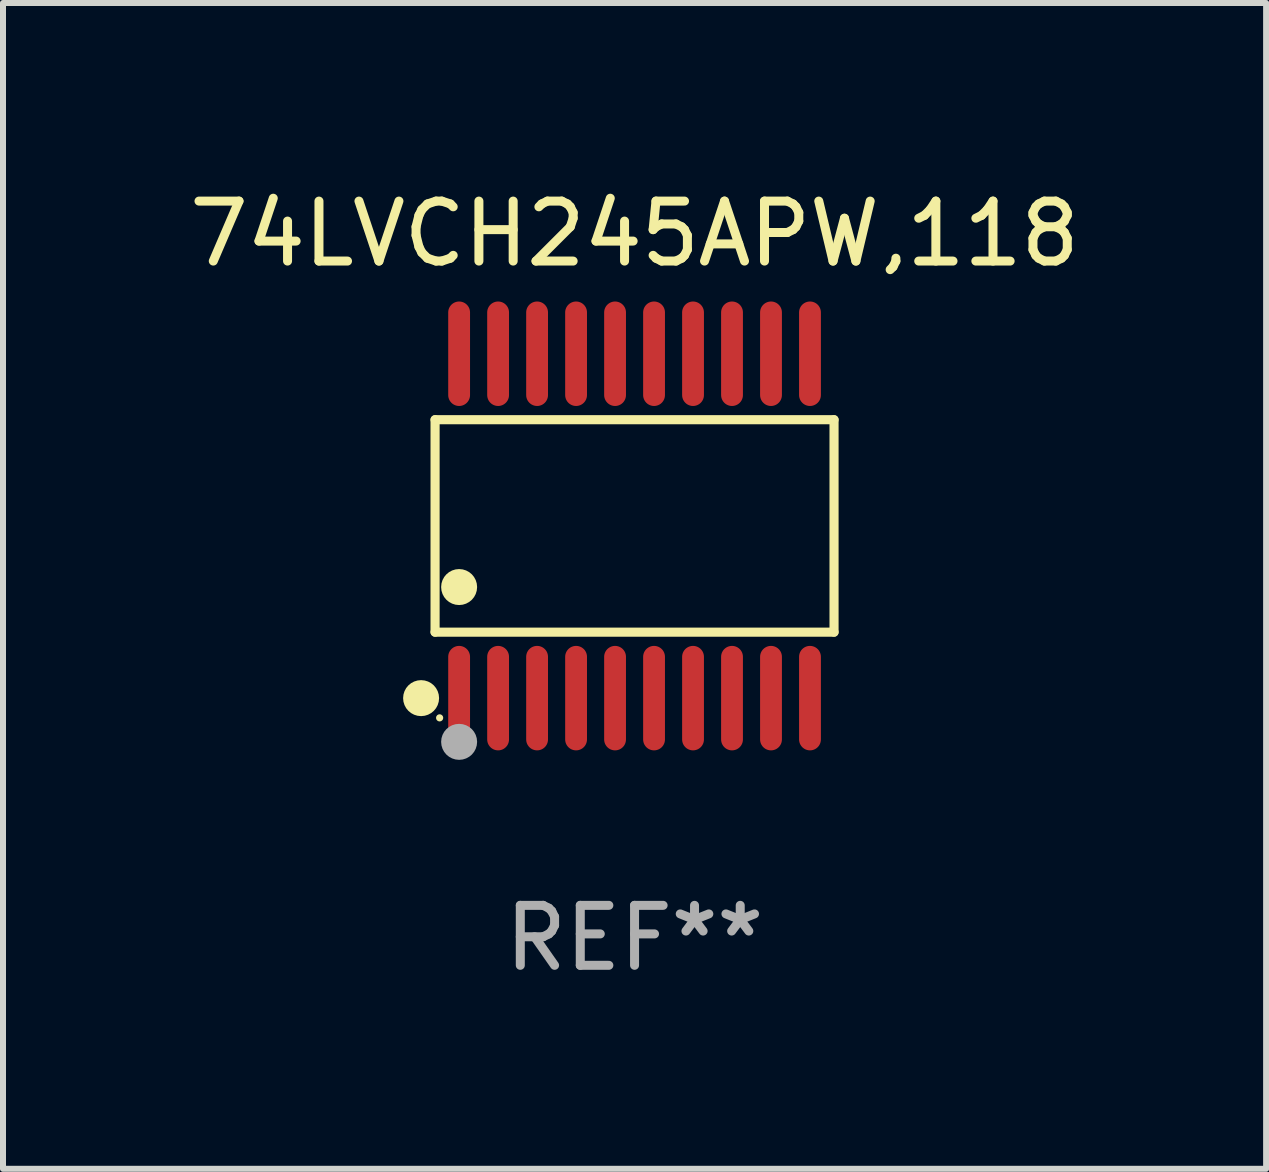
<source format=kicad_pcb>
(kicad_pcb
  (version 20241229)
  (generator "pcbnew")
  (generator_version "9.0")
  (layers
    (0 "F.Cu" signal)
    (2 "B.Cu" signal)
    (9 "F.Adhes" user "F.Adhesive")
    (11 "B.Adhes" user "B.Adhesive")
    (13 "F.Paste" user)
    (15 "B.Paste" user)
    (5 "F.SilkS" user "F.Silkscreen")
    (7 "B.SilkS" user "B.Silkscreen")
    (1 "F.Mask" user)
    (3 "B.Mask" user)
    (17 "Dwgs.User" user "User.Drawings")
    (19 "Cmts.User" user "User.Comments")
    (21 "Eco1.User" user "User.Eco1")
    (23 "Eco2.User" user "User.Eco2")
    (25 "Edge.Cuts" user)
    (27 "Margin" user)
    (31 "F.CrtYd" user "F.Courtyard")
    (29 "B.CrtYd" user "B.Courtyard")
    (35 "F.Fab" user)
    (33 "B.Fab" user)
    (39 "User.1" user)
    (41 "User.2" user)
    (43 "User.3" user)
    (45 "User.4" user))
  (footprint "74LVCH245APW,118"
    (layer "F.Cu")
    (at 7.53 5.719)
    (property "Reference" "74LVCH245APW,118" (at 0 -4.871 0) (layer "F.SilkS") (effects (font (size 1 1) (thickness 0.15))))
    (attr through_hole)
    (fp_line (start -3.326 -1.771) (end 3.326 -1.771) (stroke (width 0.152) (type solid)) (layer "F.SilkS"))
    (fp_line (start -3.326 1.771) (end -3.326 -1.771) (stroke (width 0.152) (type solid)) (layer "F.SilkS"))
    (fp_line (start 3.326 -1.771) (end 3.326 1.771) (stroke (width 0.152) (type solid)) (layer "F.SilkS"))
    (fp_line (start 3.326 1.771) (end -3.326 1.771) (stroke (width 0.152) (type solid)) (layer "F.SilkS"))
    (fp_circle (center -3.559 2.871) (end -3.409 2.871) (stroke (width 0.3) (type solid)) (fill no) (layer "F.SilkS"))
    (fp_circle (center -3.25 3.2) (end -3.22 3.2) (stroke (width 0.06) (type solid)) (fill no) (layer "F.SilkS"))
    (fp_circle (center -2.925 1.019) (end -2.775 1.019) (stroke (width 0.3) (type solid)) (fill no) (layer "F.SilkS"))
    (fp_circle (center -2.925 3.6) (end -2.775 3.6) (stroke (width 0.3) (type solid)) (fill no) (layer "F.Fab"))
    (fp_text user "REF**" (at 0 6.871 0) (layer "F.Fab") (effects (font (size 1 1) (thickness 0.15))))
    (pad "1" smd oval (at -2.925 2.871) (size 0.364 1.742) (layers "F.Cu" "F.Mask" "F.Paste"))
    (pad "2" smd oval (at -2.275 2.871) (size 0.364 1.742) (layers "F.Cu" "F.Mask" "F.Paste"))
    (pad "3" smd oval (at -1.625 2.871) (size 0.364 1.742) (layers "F.Cu" "F.Mask" "F.Paste"))
    (pad "4" smd oval (at -0.975 2.871) (size 0.364 1.742) (layers "F.Cu" "F.Mask" "F.Paste"))
    (pad "5" smd oval (at -0.325 2.871) (size 0.364 1.742) (layers "F.Cu" "F.Mask" "F.Paste"))
    (pad "6" smd oval (at 0.325 2.871) (size 0.364 1.742) (layers "F.Cu" "F.Mask" "F.Paste"))
    (pad "7" smd oval (at 0.975 2.871) (size 0.364 1.742) (layers "F.Cu" "F.Mask" "F.Paste"))
    (pad "8" smd oval (at 1.625 2.871) (size 0.364 1.742) (layers "F.Cu" "F.Mask" "F.Paste"))
    (pad "9" smd oval (at 2.275 2.871) (size 0.364 1.742) (layers "F.Cu" "F.Mask" "F.Paste"))
    (pad "10" smd oval (at 2.925 2.871) (size 0.364 1.742) (layers "F.Cu" "F.Mask" "F.Paste"))
    (pad "11" smd oval (at 2.925 -2.871) (size 0.364 1.742) (layers "F.Cu" "F.Mask" "F.Paste"))
    (pad "12" smd oval (at 2.275 -2.871) (size 0.364 1.742) (layers "F.Cu" "F.Mask" "F.Paste"))
    (pad "13" smd oval (at 1.625 -2.871) (size 0.364 1.742) (layers "F.Cu" "F.Mask" "F.Paste"))
    (pad "14" smd oval (at 0.975 -2.871) (size 0.364 1.742) (layers "F.Cu" "F.Mask" "F.Paste"))
    (pad "15" smd oval (at 0.325 -2.871) (size 0.364 1.742) (layers "F.Cu" "F.Mask" "F.Paste"))
    (pad "16" smd oval (at -0.325 -2.871) (size 0.364 1.742) (layers "F.Cu" "F.Mask" "F.Paste"))
    (pad "17" smd oval (at -0.975 -2.871) (size 0.364 1.742) (layers "F.Cu" "F.Mask" "F.Paste"))
    (pad "18" smd oval (at -1.625 -2.871) (size 0.364 1.742) (layers "F.Cu" "F.Mask" "F.Paste"))
    (pad "19" smd oval (at -2.275 -2.871) (size 0.364 1.742) (layers "F.Cu" "F.Mask" "F.Paste"))
    (pad "20" smd oval (at -2.925 -2.871) (size 0.364 1.742) (layers "F.Cu" "F.Mask" "F.Paste")))
  (gr_rect
    (start -3 -3)
    (end 18.06 16.438)
    (stroke (width 0.1) (type default))
    (fill no)
    (layer "Edge.Cuts")))
</source>
